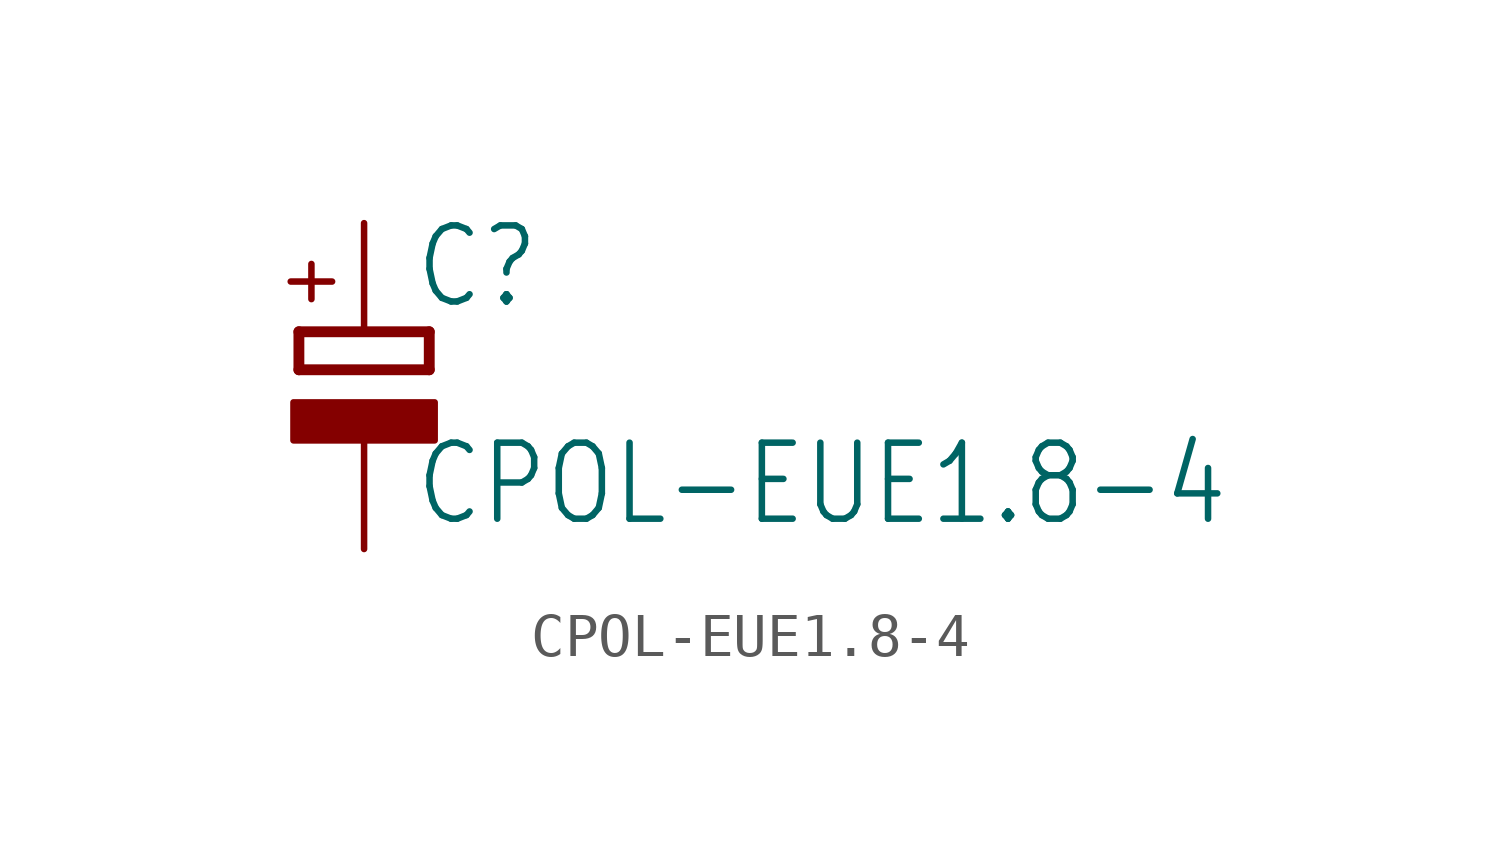
<source format=kicad_sym>
(kicad_symbol_lib
  (version 20220914)
  (generator kicad_symbol_editor)
  (symbol "CPOL-EUE1.8-4"
    (property "Reference" "C"
      (at 1.143 0.483 0)
      (effects (font (size 1.778 1.511)) (justify left bottom)))
    (property "Value" "CPOL-EUE1.8-4"
      (at 1.143 -4.597 0)
      (effects (font (size 1.778 1.511)) (justify left bottom)))
    (property "ki_locked" ""
      (at 0 0 0)
      (effects (font (size 1.27 1.27))))
    (symbol "CPOL-EUE1.8-4_1_0"
      (rectangle (start -1.651 -2.54) (end 1.651 -1.651) (stroke (width 0) (type default)) (fill (type outline)))
      (polyline (pts (xy -1.524 -0.889) (xy 1.524 -0.889)) (stroke (width 0.254) (type default)) (fill (type none)))
      (polyline (pts (xy -1.524 0) (xy -1.524 -0.889)) (stroke (width 0.254) (type default)) (fill (type none)))
      (polyline (pts (xy -1.524 0) (xy 1.524 0)) (stroke (width 0.254) (type default)) (fill (type none)))
      (polyline (pts (xy 1.524 -0.889) (xy 1.524 0)) (stroke (width 0.254) (type default)) (fill (type none)))
      (text "+" (at -0.584 0.406 900) (effects (font (size 1.27 1.079)) (justify left bottom)))
      (pin passive line (at 0 2.54 270) (length 2.54) (name "+" (effects (font (size 0 0)))) (number "+" (effects (font (size 0 0)))))
      (pin passive line (at 0 -5.08 90) (length 2.54) (name "-" (effects (font (size 0 0)))) (number "-" (effects (font (size 0 0))))))))
</source>
